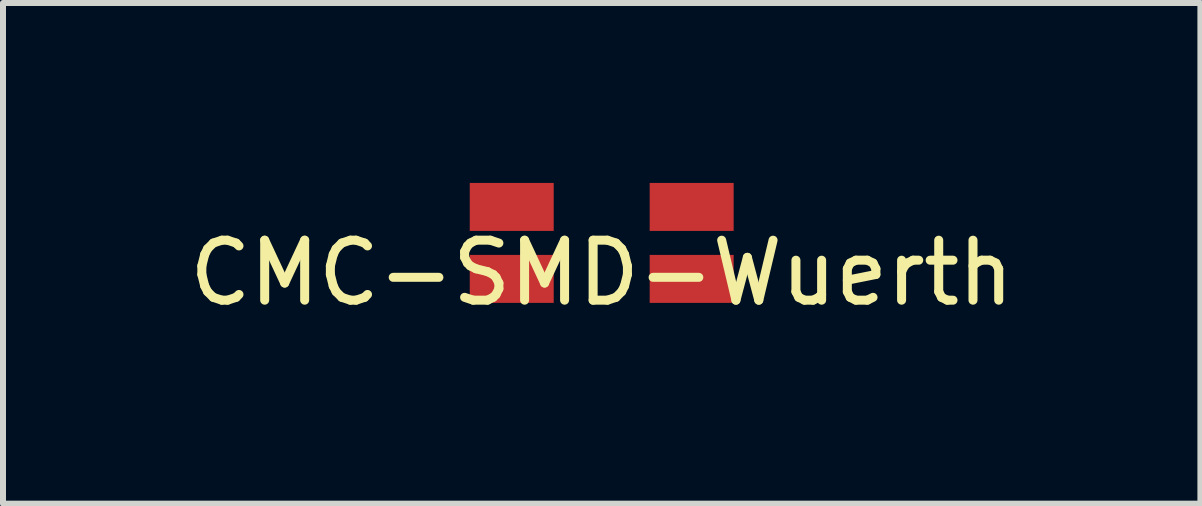
<source format=kicad_pcb>
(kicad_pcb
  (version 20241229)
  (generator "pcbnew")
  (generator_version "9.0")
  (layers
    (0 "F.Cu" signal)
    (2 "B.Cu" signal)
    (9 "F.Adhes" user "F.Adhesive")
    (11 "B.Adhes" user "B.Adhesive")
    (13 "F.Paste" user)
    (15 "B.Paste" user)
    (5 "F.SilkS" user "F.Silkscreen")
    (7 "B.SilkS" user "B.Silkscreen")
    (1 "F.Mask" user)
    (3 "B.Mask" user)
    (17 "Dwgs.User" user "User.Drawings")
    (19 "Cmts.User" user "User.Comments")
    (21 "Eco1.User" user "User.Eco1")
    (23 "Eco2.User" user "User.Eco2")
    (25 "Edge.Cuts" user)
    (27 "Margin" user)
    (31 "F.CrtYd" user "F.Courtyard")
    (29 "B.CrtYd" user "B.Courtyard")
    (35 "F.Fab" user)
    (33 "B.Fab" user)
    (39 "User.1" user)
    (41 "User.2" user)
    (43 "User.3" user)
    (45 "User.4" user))
  (footprint "CMC-SMD-Wuerth"
    (layer "F.Cu")
    (at 6.982 1)
    (property "Reference" "CMC-SMD-Wuerth" (at 0 0.5 0) (layer "F.SilkS") (effects (font (size 1 1) (thickness 0.15))))
    (attr through_hole)
    (pad "1" smd rect (at -1.5 0.6) (size 1.4 0.8) (layers "F.Cu" "F.Mask" "F.Paste"))
    (pad "2" smd rect (at 1.5 0.6) (size 1.4 0.8) (layers "F.Cu" "F.Mask" "F.Paste"))
    (pad "3" smd rect (at 1.5 -0.6) (size 1.4 0.8) (layers "F.Cu" "F.Mask" "F.Paste"))
    (pad "4" smd rect (at -1.5 -0.6) (size 1.4 0.8) (layers "F.Cu" "F.Mask" "F.Paste")))
  (gr_rect
    (start -3 -3)
    (end 16.964 5.348)
    (stroke (width 0.1) (type default))
    (fill no)
    (layer "Edge.Cuts")))
</source>
